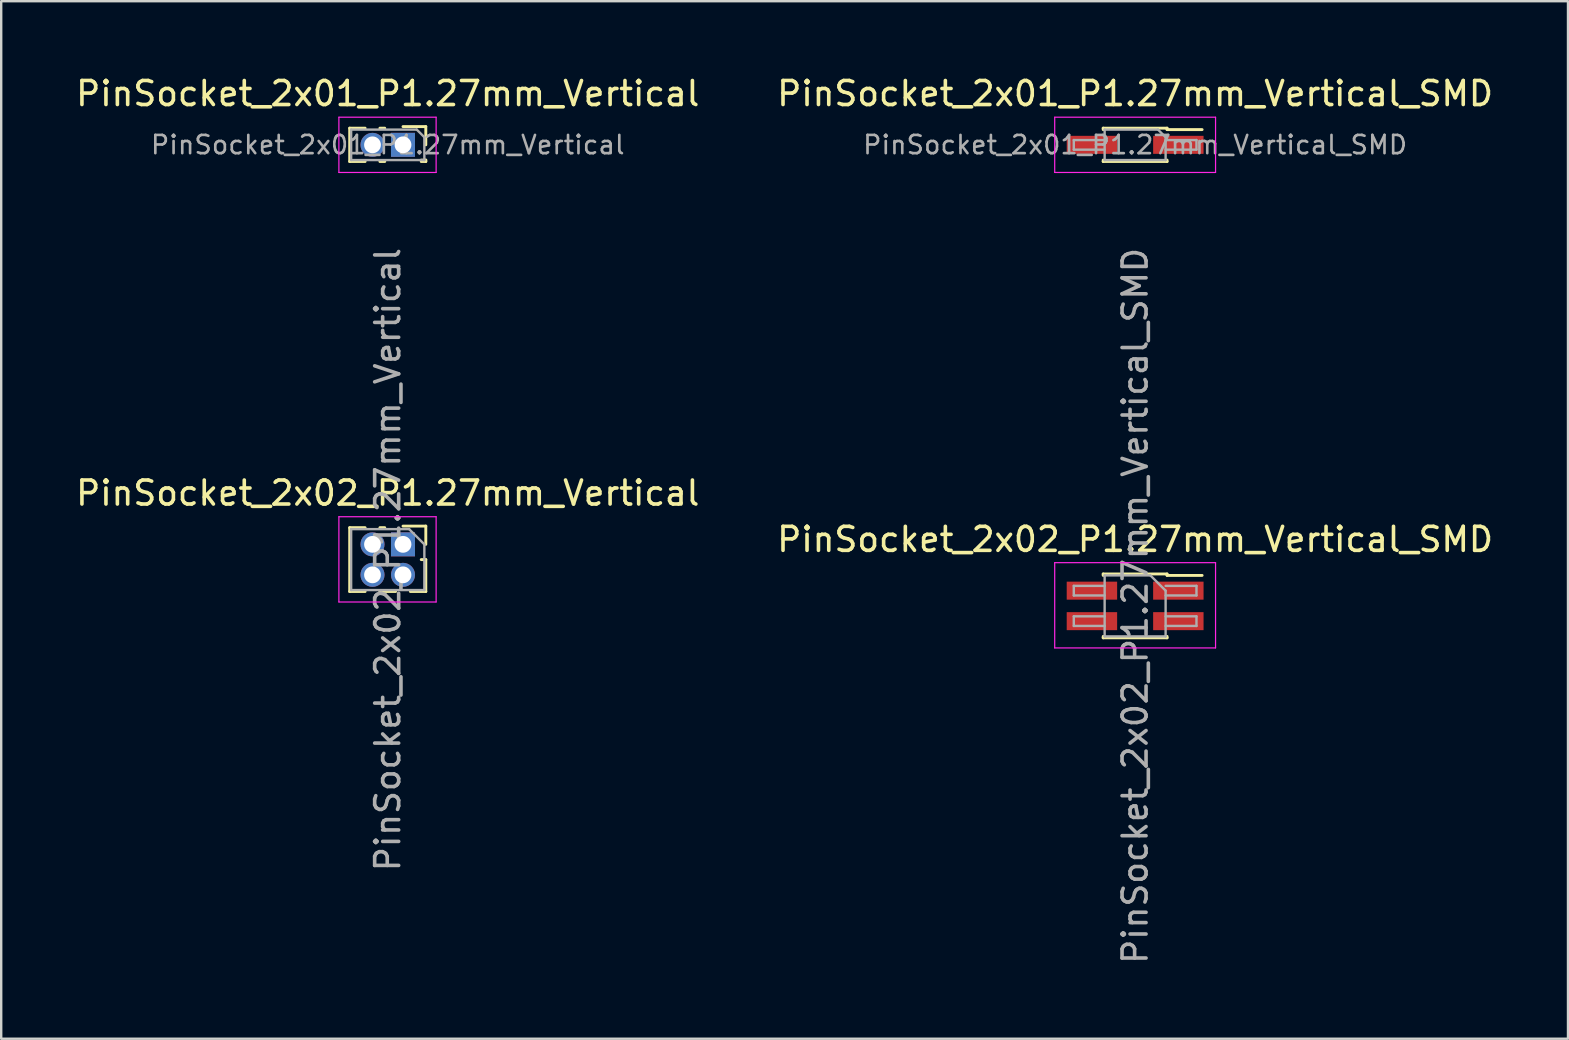
<source format=kicad_pcb>
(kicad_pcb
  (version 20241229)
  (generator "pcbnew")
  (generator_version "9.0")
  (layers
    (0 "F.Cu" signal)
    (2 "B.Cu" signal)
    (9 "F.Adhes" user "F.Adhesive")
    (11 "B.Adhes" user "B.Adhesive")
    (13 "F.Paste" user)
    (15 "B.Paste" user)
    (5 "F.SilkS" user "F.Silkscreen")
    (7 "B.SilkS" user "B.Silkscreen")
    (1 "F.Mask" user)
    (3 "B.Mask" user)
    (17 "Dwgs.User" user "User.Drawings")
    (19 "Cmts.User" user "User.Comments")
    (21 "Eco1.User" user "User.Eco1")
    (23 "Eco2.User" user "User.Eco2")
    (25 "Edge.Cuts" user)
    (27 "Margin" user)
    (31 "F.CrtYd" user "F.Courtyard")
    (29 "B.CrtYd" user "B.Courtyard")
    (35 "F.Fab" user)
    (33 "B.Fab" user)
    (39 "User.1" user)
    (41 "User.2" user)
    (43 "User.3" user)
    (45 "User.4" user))
  (footprint "PinSocket_2x01_P1.27mm_Vertical"
    (layer "F.Cu")
    (at 13.736 2.983)
    (property "Reference" "PinSocket_2x01_P1.27mm_Vertical" (at -0.635 -2.135 0) (layer "F.SilkS") (effects (font (size 1 1) (thickness 0.15))))
    (attr through_hole)
    (fp_line (start -2.22 -0.695) (end -2.22 0.695) (stroke (width 0.12) (type solid)) (layer "F.SilkS"))
    (fp_line (start -2.22 -0.695) (end -1.578 -0.695) (stroke (width 0.12) (type solid)) (layer "F.SilkS"))
    (fp_line (start -2.22 0.695) (end -1.578 0.695) (stroke (width 0.12) (type solid)) (layer "F.SilkS"))
    (fp_line (start -0.962 -0.695) (end -0.76 -0.695) (stroke (width 0.12) (type solid)) (layer "F.SilkS"))
    (fp_line (start -0.962 0.695) (end -0.76 0.695) (stroke (width 0.12) (type solid)) (layer "F.SilkS"))
    (fp_line (start 0 -0.76) (end 0.95 -0.76) (stroke (width 0.12) (type solid)) (layer "F.SilkS"))
    (fp_line (start 0.76 0.635) (end 0.95 0.635) (stroke (width 0.12) (type solid)) (layer "F.SilkS"))
    (fp_line (start 0.76 0.695) (end 0.95 0.695) (stroke (width 0.12) (type solid)) (layer "F.SilkS"))
    (fp_line (start 0.95 -0.76) (end 0.95 0) (stroke (width 0.12) (type solid)) (layer "F.SilkS"))
    (fp_line (start 0.95 0.635) (end 0.95 0.695) (stroke (width 0.12) (type solid)) (layer "F.SilkS"))
    (fp_line (start -2.67 -1.15) (end 1.38 -1.15) (stroke (width 0.05) (type solid)) (layer "F.CrtYd"))
    (fp_line (start -2.67 1.15) (end -2.67 -1.15) (stroke (width 0.05) (type solid)) (layer "F.CrtYd"))
    (fp_line (start 1.38 -1.15) (end 1.38 1.15) (stroke (width 0.05) (type solid)) (layer "F.CrtYd"))
    (fp_line (start 1.38 1.15) (end -2.67 1.15) (stroke (width 0.05) (type solid)) (layer "F.CrtYd"))
    (fp_line (start -2.16 -0.635) (end 0.573 -0.635) (stroke (width 0.1) (type solid)) (layer "F.Fab"))
    (fp_line (start -2.16 0.635) (end -2.16 -0.635) (stroke (width 0.1) (type solid)) (layer "F.Fab"))
    (fp_line (start 0.573 -0.635) (end 0.89 -0.318) (stroke (width 0.1) (type solid)) (layer "F.Fab"))
    (fp_line (start 0.89 -0.318) (end 0.89 0.635) (stroke (width 0.1) (type solid)) (layer "F.Fab"))
    (fp_line (start 0.89 0.635) (end -2.16 0.635) (stroke (width 0.1) (type solid)) (layer "F.Fab"))
    (fp_text user "${REFERENCE}" (at -0.635 0 0) (layer "F.Fab") (effects (font (size 0.76 0.76) (thickness 0.11))))
    (pad "1" thru_hole rect (at 0 0) (size 1 1) (drill 0.7) (layers "*.Cu" "*.Mask"))
    (pad "2" thru_hole oval (at -1.27 0) (size 1 1) (drill 0.7) (layers "*.Cu" "*.Mask")))
  (footprint "PinSocket_2x01_P1.27mm_Vertical_SMD"
    (layer "F.Cu")
    (at 44.232 2.983)
    (property "Reference" "PinSocket_2x01_P1.27mm_Vertical_SMD" (at 0 -2.135 0) (layer "F.SilkS") (effects (font (size 1 1) (thickness 0.15))))
    (attr smd)
    (fp_line (start -1.33 -0.695) (end -1.33 -0.635) (stroke (width 0.12) (type solid)) (layer "F.SilkS"))
    (fp_line (start -1.33 -0.695) (end 1.33 -0.695) (stroke (width 0.12) (type solid)) (layer "F.SilkS"))
    (fp_line (start -1.33 0.635) (end -1.33 0.695) (stroke (width 0.12) (type solid)) (layer "F.SilkS"))
    (fp_line (start -1.33 0.695) (end 1.33 0.695) (stroke (width 0.12) (type solid)) (layer "F.SilkS"))
    (fp_line (start 1.33 -0.695) (end 1.33 -0.635) (stroke (width 0.12) (type solid)) (layer "F.SilkS"))
    (fp_line (start 1.33 -0.635) (end 2.79 -0.635) (stroke (width 0.12) (type solid)) (layer "F.SilkS"))
    (fp_line (start 1.33 0.635) (end 1.33 0.695) (stroke (width 0.12) (type solid)) (layer "F.SilkS"))
    (fp_line (start -3.35 -1.15) (end 3.35 -1.15) (stroke (width 0.05) (type solid)) (layer "F.CrtYd"))
    (fp_line (start -3.35 1.15) (end -3.35 -1.15) (stroke (width 0.05) (type solid)) (layer "F.CrtYd"))
    (fp_line (start 3.35 -1.15) (end 3.35 1.15) (stroke (width 0.05) (type solid)) (layer "F.CrtYd"))
    (fp_line (start 3.35 1.15) (end -3.35 1.15) (stroke (width 0.05) (type solid)) (layer "F.CrtYd"))
    (fp_line (start -2.555 -0.2) (end -1.27 -0.2) (stroke (width 0.1) (type solid)) (layer "F.Fab"))
    (fp_line (start -2.555 0.2) (end -2.555 -0.2) (stroke (width 0.1) (type solid)) (layer "F.Fab"))
    (fp_line (start -1.27 -0.635) (end 0.953 -0.635) (stroke (width 0.1) (type solid)) (layer "F.Fab"))
    (fp_line (start -1.27 0.2) (end -2.555 0.2) (stroke (width 0.1) (type solid)) (layer "F.Fab"))
    (fp_line (start -1.27 0.635) (end -1.27 -0.635) (stroke (width 0.1) (type solid)) (layer "F.Fab"))
    (fp_line (start 0.953 -0.635) (end 1.27 -0.318) (stroke (width 0.1) (type solid)) (layer "F.Fab"))
    (fp_line (start 1.27 -0.318) (end 1.27 0.635) (stroke (width 0.1) (type solid)) (layer "F.Fab"))
    (fp_line (start 1.27 -0.2) (end 2.555 -0.2) (stroke (width 0.1) (type solid)) (layer "F.Fab"))
    (fp_line (start 1.27 0.635) (end -1.27 0.635) (stroke (width 0.1) (type solid)) (layer "F.Fab"))
    (fp_line (start 2.555 -0.2) (end 2.555 0.2) (stroke (width 0.1) (type solid)) (layer "F.Fab"))
    (fp_line (start 2.555 0.2) (end 1.27 0.2) (stroke (width 0.1) (type solid)) (layer "F.Fab"))
    (fp_text user "${REFERENCE}" (at 0 0 0) (layer "F.Fab") (effects (font (size 0.76 0.76) (thickness 0.11))))
    (pad "1" smd rect (at 1.8 0) (size 2.1 0.75) (layers "F.Cu" "F.Mask" "F.Paste"))
    (pad "2" smd rect (at -1.8 0) (size 2.1 0.75) (layers "F.Cu" "F.Mask" "F.Paste")))
  (footprint "PinSocket_2x02_P1.27mm_Vertical_SMD"
    (layer "F.Cu")
    (at 44.232 22.188)
    (property "Reference" "PinSocket_2x02_P1.27mm_Vertical_SMD" (at 0 -2.77 0) (layer "F.SilkS") (effects (font (size 1 1) (thickness 0.15))))
    (attr smd)
    (fp_line (start -1.33 -1.33) (end -1.33 -1.27) (stroke (width 0.12) (type solid)) (layer "F.SilkS"))
    (fp_line (start -1.33 -1.33) (end 1.33 -1.33) (stroke (width 0.12) (type solid)) (layer "F.SilkS"))
    (fp_line (start -1.33 1.27) (end -1.33 1.33) (stroke (width 0.12) (type solid)) (layer "F.SilkS"))
    (fp_line (start -1.33 1.33) (end 1.33 1.33) (stroke (width 0.12) (type solid)) (layer "F.SilkS"))
    (fp_line (start 1.33 -1.33) (end 1.33 -1.27) (stroke (width 0.12) (type solid)) (layer "F.SilkS"))
    (fp_line (start 1.33 -1.27) (end 2.79 -1.27) (stroke (width 0.12) (type solid)) (layer "F.SilkS"))
    (fp_line (start 1.33 1.27) (end 1.33 1.33) (stroke (width 0.12) (type solid)) (layer "F.SilkS"))
    (fp_line (start -3.35 -1.8) (end 3.35 -1.8) (stroke (width 0.05) (type solid)) (layer "F.CrtYd"))
    (fp_line (start -3.35 1.75) (end -3.35 -1.8) (stroke (width 0.05) (type solid)) (layer "F.CrtYd"))
    (fp_line (start 3.35 -1.8) (end 3.35 1.75) (stroke (width 0.05) (type solid)) (layer "F.CrtYd"))
    (fp_line (start 3.35 1.75) (end -3.35 1.75) (stroke (width 0.05) (type solid)) (layer "F.CrtYd"))
    (fp_line (start -2.555 -0.835) (end -1.27 -0.835) (stroke (width 0.1) (type solid)) (layer "F.Fab"))
    (fp_line (start -2.555 -0.435) (end -2.555 -0.835) (stroke (width 0.1) (type solid)) (layer "F.Fab"))
    (fp_line (start -2.555 0.435) (end -1.27 0.435) (stroke (width 0.1) (type solid)) (layer "F.Fab"))
    (fp_line (start -2.555 0.835) (end -2.555 0.435) (stroke (width 0.1) (type solid)) (layer "F.Fab"))
    (fp_line (start -1.27 -1.27) (end 0.635 -1.27) (stroke (width 0.1) (type solid)) (layer "F.Fab"))
    (fp_line (start -1.27 -0.435) (end -2.555 -0.435) (stroke (width 0.1) (type solid)) (layer "F.Fab"))
    (fp_line (start -1.27 0.835) (end -2.555 0.835) (stroke (width 0.1) (type solid)) (layer "F.Fab"))
    (fp_line (start -1.27 1.27) (end -1.27 -1.27) (stroke (width 0.1) (type solid)) (layer "F.Fab"))
    (fp_line (start 0.635 -1.27) (end 1.27 -0.635) (stroke (width 0.1) (type solid)) (layer "F.Fab"))
    (fp_line (start 1.27 -0.835) (end 2.555 -0.835) (stroke (width 0.1) (type solid)) (layer "F.Fab"))
    (fp_line (start 1.27 -0.635) (end 1.27 1.27) (stroke (width 0.1) (type solid)) (layer "F.Fab"))
    (fp_line (start 1.27 0.435) (end 2.555 0.435) (stroke (width 0.1) (type solid)) (layer "F.Fab"))
    (fp_line (start 1.27 1.27) (end -1.27 1.27) (stroke (width 0.1) (type solid)) (layer "F.Fab"))
    (fp_line (start 2.555 -0.835) (end 2.555 -0.435) (stroke (width 0.1) (type solid)) (layer "F.Fab"))
    (fp_line (start 2.555 -0.435) (end 1.27 -0.435) (stroke (width 0.1) (type solid)) (layer "F.Fab"))
    (fp_line (start 2.555 0.435) (end 2.555 0.835) (stroke (width 0.1) (type solid)) (layer "F.Fab"))
    (fp_line (start 2.555 0.835) (end 1.27 0.835) (stroke (width 0.1) (type solid)) (layer "F.Fab"))
    (fp_text user "${REFERENCE}" (at 0 0 90) (layer "F.Fab") (effects (font (size 1 1) (thickness 0.15))))
    (pad "1" smd rect (at 1.8 -0.635) (size 2.1 0.75) (layers "F.Cu" "F.Mask" "F.Paste"))
    (pad "2" smd rect (at -1.8 -0.635) (size 2.1 0.75) (layers "F.Cu" "F.Mask" "F.Paste"))
    (pad "3" smd rect (at 1.8 0.635) (size 2.1 0.75) (layers "F.Cu" "F.Mask" "F.Paste"))
    (pad "4" smd rect (at -1.8 0.635) (size 2.1 0.75) (layers "F.Cu" "F.Mask" "F.Paste")))
  (footprint "PinSocket_2x02_P1.27mm_Vertical"
    (layer "F.Cu")
    (at 13.736 19.624)
    (property "Reference" "PinSocket_2x02_P1.27mm_Vertical" (at -0.635 -2.135 0) (layer "F.SilkS") (effects (font (size 1 1) (thickness 0.15))))
    (attr through_hole)
    (fp_line (start -2.22 -0.695) (end -2.22 1.965) (stroke (width 0.12) (type solid)) (layer "F.SilkS"))
    (fp_line (start -2.22 -0.695) (end -1.578 -0.695) (stroke (width 0.12) (type solid)) (layer "F.SilkS"))
    (fp_line (start -2.22 1.965) (end -1.578 1.965) (stroke (width 0.12) (type solid)) (layer "F.SilkS"))
    (fp_line (start -0.962 -0.695) (end -0.76 -0.695) (stroke (width 0.12) (type solid)) (layer "F.SilkS"))
    (fp_line (start -0.962 1.965) (end -0.308 1.965) (stroke (width 0.12) (type solid)) (layer "F.SilkS"))
    (fp_line (start 0 -0.76) (end 0.95 -0.76) (stroke (width 0.12) (type solid)) (layer "F.SilkS"))
    (fp_line (start 0.308 1.965) (end 0.95 1.965) (stroke (width 0.12) (type solid)) (layer "F.SilkS"))
    (fp_line (start 0.76 0.635) (end 0.95 0.635) (stroke (width 0.12) (type solid)) (layer "F.SilkS"))
    (fp_line (start 0.95 -0.76) (end 0.95 0) (stroke (width 0.12) (type solid)) (layer "F.SilkS"))
    (fp_line (start 0.95 0.635) (end 0.95 1.965) (stroke (width 0.12) (type solid)) (layer "F.SilkS"))
    (fp_line (start -2.67 -1.15) (end 1.38 -1.15) (stroke (width 0.05) (type solid)) (layer "F.CrtYd"))
    (fp_line (start -2.67 2.4) (end -2.67 -1.15) (stroke (width 0.05) (type solid)) (layer "F.CrtYd"))
    (fp_line (start 1.38 -1.15) (end 1.38 2.4) (stroke (width 0.05) (type solid)) (layer "F.CrtYd"))
    (fp_line (start 1.38 2.4) (end -2.67 2.4) (stroke (width 0.05) (type solid)) (layer "F.CrtYd"))
    (fp_line (start -2.16 -0.635) (end 0.255 -0.635) (stroke (width 0.1) (type solid)) (layer "F.Fab"))
    (fp_line (start -2.16 1.905) (end -2.16 -0.635) (stroke (width 0.1) (type solid)) (layer "F.Fab"))
    (fp_line (start 0.255 -0.635) (end 0.89 0) (stroke (width 0.1) (type solid)) (layer "F.Fab"))
    (fp_line (start 0.89 0) (end 0.89 1.905) (stroke (width 0.1) (type solid)) (layer "F.Fab"))
    (fp_line (start 0.89 1.905) (end -2.16 1.905) (stroke (width 0.1) (type solid)) (layer "F.Fab"))
    (fp_text user "${REFERENCE}" (at -0.635 0.635 90) (layer "F.Fab") (effects (font (size 1 1) (thickness 0.15))))
    (pad "1" thru_hole rect (at 0 0) (size 1 1) (drill 0.7) (layers "*.Cu" "*.Mask"))
    (pad "2" thru_hole oval (at -1.27 0) (size 1 1) (drill 0.7) (layers "*.Cu" "*.Mask"))
    (pad "3" thru_hole oval (at 0 1.27) (size 1 1) (drill 0.7) (layers "*.Cu" "*.Mask"))
    (pad "4" thru_hole oval (at -1.27 1.27) (size 1 1) (drill 0.7) (layers "*.Cu" "*.Mask")))
  (gr_rect
    (start -3 -3)
    (end 62.262 40.218)
    (stroke (width 0.1) (type default))
    (fill no)
    (layer "Edge.Cuts")))
</source>
